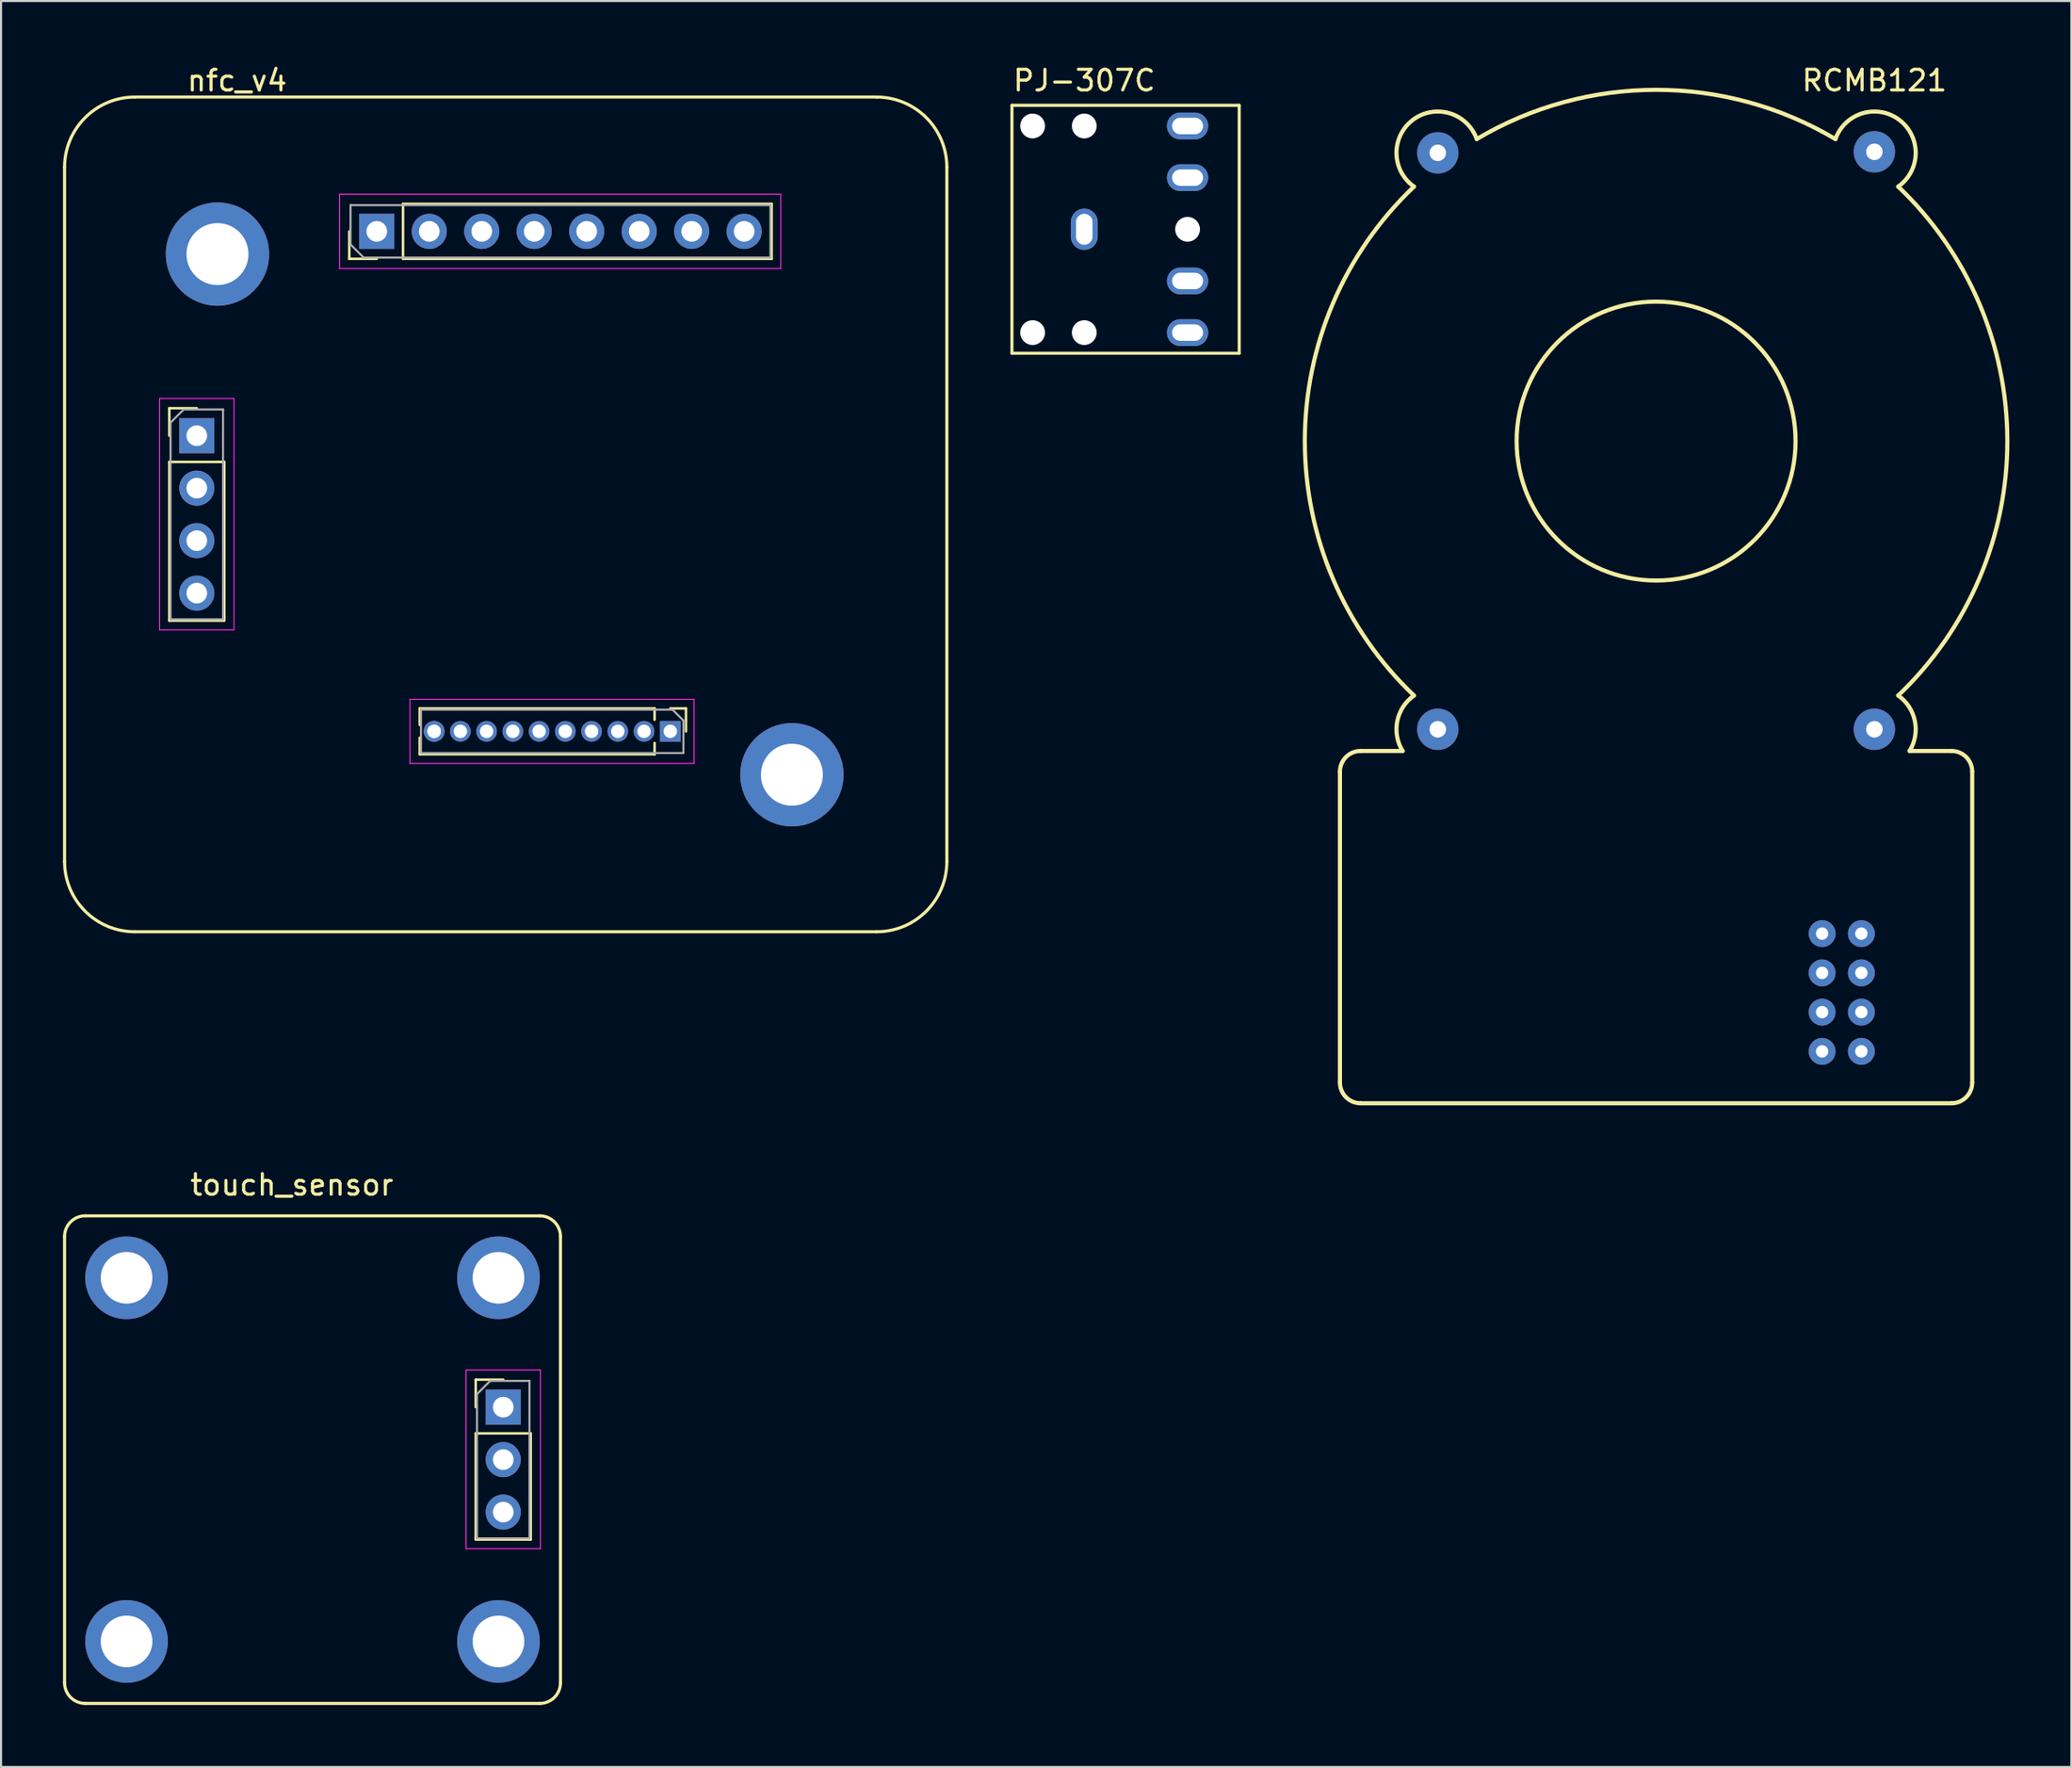
<source format=kicad_pcb>
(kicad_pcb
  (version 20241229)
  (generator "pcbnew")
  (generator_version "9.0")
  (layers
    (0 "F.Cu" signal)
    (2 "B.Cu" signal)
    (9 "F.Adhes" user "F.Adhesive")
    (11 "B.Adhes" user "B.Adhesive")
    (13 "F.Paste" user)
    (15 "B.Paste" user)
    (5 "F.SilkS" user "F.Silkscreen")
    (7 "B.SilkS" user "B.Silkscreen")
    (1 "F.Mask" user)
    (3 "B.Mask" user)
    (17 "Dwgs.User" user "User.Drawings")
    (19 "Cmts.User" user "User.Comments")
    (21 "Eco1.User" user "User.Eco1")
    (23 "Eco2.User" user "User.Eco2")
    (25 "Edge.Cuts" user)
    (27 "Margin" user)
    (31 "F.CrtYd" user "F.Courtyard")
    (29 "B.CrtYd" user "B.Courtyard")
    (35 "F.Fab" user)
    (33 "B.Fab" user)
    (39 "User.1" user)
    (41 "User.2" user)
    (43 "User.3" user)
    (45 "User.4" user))
  (footprint "RCMB121"
    (layer "F.Cu")
    (at 77.1 18.298)
    (property "Reference" "RCMB121" (at 10.565 -17.45 0) (layer "F.SilkS") (effects (font (size 1 1) (thickness 0.15))))
    (attr through_hole)
    (fp_line (start -15.3 16) (end -15.3 31.05) (stroke (width 0.2) (type solid)) (layer "F.SilkS"))
    (fp_line (start -14.3 15) (end -12.267 15) (stroke (width 0.2) (type solid)) (layer "F.SilkS"))
    (fp_line (start -14.3 32.05) (end 14.3 32.05) (stroke (width 0.2) (type solid)) (layer "F.SilkS"))
    (fp_line (start 12.267 15) (end 14.3 15) (stroke (width 0.2) (type solid)) (layer "F.SilkS"))
    (fp_line (start 15.3 16) (end 15.3 31.05) (stroke (width 0.2) (type solid)) (layer "F.SilkS"))
    (fp_arc (start -15.299999 16.000001) (mid -15.007106 15.292894) (end -14.3 15) (stroke (width 0.2) (type solid)) (layer "F.SilkS"))
    (fp_arc (start -14.299999 32.05) (mid -15.007106 31.757107) (end -15.299999 31.05) (stroke (width 0.2) (type solid)) (layer "F.SilkS"))
    (fp_arc (start -12.267205 15) (mid -12.524435 13.54923) (end -11.71823 12.315968) (stroke (width 0.2) (type solid)) (layer "F.SilkS"))
    (fp_arc (start -11.718231 -12.315968) (mid -11.772484 -15.54436) (end -8.679595 -14.617271) (stroke (width 0.2) (type solid)) (layer "F.SilkS"))
    (fp_arc (start -11.71823 12.315968) (mid -16.999999 0) (end -11.71823 -12.315968) (stroke (width 0.2) (type solid)) (layer "F.SilkS"))
    (fp_arc (start -8.679596 -14.61727) (mid -0.000001 -16.999999) (end 8.679595 -14.617271) (stroke (width 0.2) (type solid)) (layer "F.SilkS"))
    (fp_arc (start 8.679596 -14.617272) (mid 11.772485 -15.544359) (end 11.71823 -12.315968) (stroke (width 0.2) (type solid)) (layer "F.SilkS"))
    (fp_arc (start 11.718229 12.315969) (mid 12.524433 13.54923) (end 12.267204 14.999999) (stroke (width 0.2) (type solid)) (layer "F.SilkS"))
    (fp_arc (start 11.71823 -12.315968) (mid 16.999999 0) (end 11.71823 12.315968) (stroke (width 0.2) (type solid)) (layer "F.SilkS"))
    (fp_arc (start 14.3 15) (mid 15.007107 15.292893) (end 15.3 16) (stroke (width 0.2) (type solid)) (layer "F.SilkS"))
    (fp_arc (start 15.299999 31.05) (mid 15.007106 31.757106) (end 14.3 32.049999) (stroke (width 0.2) (type solid)) (layer "F.SilkS"))
    (fp_circle (center 0 0) (end 6.75 0) (stroke (width 0.2) (type solid)) (fill no) (layer "F.SilkS"))
    (pad "1" thru_hole circle (at 9.935 23.84) (size 1.3 1.3) (drill 0.6) (layers "*.Cu" "*.Mask"))
    (pad "2" thru_hole circle (at 8.035 23.84) (size 1.3 1.3) (drill 0.6) (layers "*.Cu" "*.Mask"))
    (pad "3" thru_hole circle (at 9.935 25.74) (size 1.3 1.3) (drill 0.6) (layers "*.Cu" "*.Mask"))
    (pad "4" thru_hole circle (at 8.035 25.74) (size 1.3 1.3) (drill 0.6) (layers "*.Cu" "*.Mask"))
    (pad "5" thru_hole circle (at 9.935 27.64) (size 1.3 1.3) (drill 0.6) (layers "*.Cu" "*.Mask"))
    (pad "6" thru_hole circle (at 8.035 27.64) (size 1.3 1.3) (drill 0.6) (layers "*.Cu" "*.Mask"))
    (pad "7" thru_hole circle (at 9.935 29.54) (size 1.3 1.3) (drill 0.6) (layers "*.Cu" "*.Mask"))
    (pad "8" thru_hole circle (at 8.035 29.54) (size 1.3 1.3) (drill 0.6) (layers "*.Cu" "*.Mask"))
    (pad "SH" thru_hole circle (at -10.565 -13.95) (size 2 2) (drill 0.8) (layers "*.Cu" "*.Mask"))
    (pad "SH" thru_hole circle (at -10.565 13.95) (size 2 2) (drill 0.8) (layers "*.Cu" "*.Mask"))
    (pad "SH" thru_hole circle (at 10.565 -14) (size 2 2) (drill 0.8) (layers "*.Cu" "*.Mask"))
    (pad "SH" thru_hole circle (at 10.565 13.95) (size 2 2) (drill 0.8) (layers "*.Cu" "*.Mask")))
  (footprint "touch_sensor"
    (layer "F.Cu")
    (at 11.325 67.597)
    (property "Reference" "touch_sensor" (at -0.25 -13.3 0) (layer "F.SilkS") (effects (font (size 1 1) (thickness 0.15))))
    (attr through_hole)
    (fp_line (start -11.25 -10.8) (end -11.25 10.8) (stroke (width 0.15) (type solid)) (layer "F.SilkS"))
    (fp_line (start -10.25 11.8) (end 11.75 11.8) (stroke (width 0.15) (type solid)) (layer "F.SilkS"))
    (fp_line (start 8.65 -3.87) (end 9.98 -3.87) (stroke (width 0.12) (type solid)) (layer "F.SilkS"))
    (fp_line (start 8.65 -2.54) (end 8.65 -3.87) (stroke (width 0.12) (type solid)) (layer "F.SilkS"))
    (fp_line (start 8.65 -1.27) (end 8.65 3.87) (stroke (width 0.12) (type solid)) (layer "F.SilkS"))
    (fp_line (start 8.65 -1.27) (end 11.31 -1.27) (stroke (width 0.12) (type solid)) (layer "F.SilkS"))
    (fp_line (start 8.65 3.87) (end 11.31 3.87) (stroke (width 0.12) (type solid)) (layer "F.SilkS"))
    (fp_line (start 11.31 -1.27) (end 11.31 3.87) (stroke (width 0.12) (type solid)) (layer "F.SilkS"))
    (fp_line (start 11.75 -11.8) (end -10.25 -11.8) (stroke (width 0.15) (type solid)) (layer "F.SilkS"))
    (fp_line (start 12.75 10.8) (end 12.75 -10.8) (stroke (width 0.15) (type solid)) (layer "F.SilkS"))
    (fp_arc (start -11.25 -10.8) (mid -10.957107 -11.507107) (end -10.25 -11.8) (stroke (width 0.15) (type solid)) (layer "F.SilkS"))
    (fp_arc (start -10.25 11.8) (mid -10.957107 11.507107) (end -11.25 10.8) (stroke (width 0.15) (type solid)) (layer "F.SilkS"))
    (fp_arc (start 11.75 -11.8) (mid 12.457107 -11.507107) (end 12.75 -10.8) (stroke (width 0.15) (type solid)) (layer "F.SilkS"))
    (fp_arc (start 12.75 10.8) (mid 12.457107 11.507107) (end 11.75 11.8) (stroke (width 0.15) (type solid)) (layer "F.SilkS"))
    (fp_line (start 8.18 -4.34) (end 8.18 4.31) (stroke (width 0.05) (type solid)) (layer "F.CrtYd"))
    (fp_line (start 8.18 4.31) (end 11.78 4.31) (stroke (width 0.05) (type solid)) (layer "F.CrtYd"))
    (fp_line (start 11.78 -4.34) (end 8.18 -4.34) (stroke (width 0.05) (type solid)) (layer "F.CrtYd"))
    (fp_line (start 11.78 4.31) (end 11.78 -4.34) (stroke (width 0.05) (type solid)) (layer "F.CrtYd"))
    (fp_line (start 8.71 -3.175) (end 9.345 -3.81) (stroke (width 0.1) (type solid)) (layer "F.Fab"))
    (fp_line (start 8.71 3.81) (end 8.71 -3.175) (stroke (width 0.1) (type solid)) (layer "F.Fab"))
    (fp_line (start 9.345 -3.81) (end 11.25 -3.81) (stroke (width 0.1) (type solid)) (layer "F.Fab"))
    (fp_line (start 11.25 -3.81) (end 11.25 3.81) (stroke (width 0.1) (type solid)) (layer "F.Fab"))
    (fp_line (start 11.25 3.81) (end 8.71 3.81) (stroke (width 0.1) (type solid)) (layer "F.Fab"))
    (pad "1" thru_hole rect (at 9.98 -2.54) (size 1.7 1.7) (drill 1) (layers "*.Cu" "*.Mask"))
    (pad "2" thru_hole oval (at 9.98 0) (size 1.7 1.7) (drill 1) (layers "*.Cu" "*.Mask"))
    (pad "3" thru_hole oval (at 9.98 2.54) (size 1.7 1.7) (drill 1) (layers "*.Cu" "*.Mask"))
    (pad "~" thru_hole circle (at -8.25 -8.8 270) (size 4 4) (drill 2.5) (layers "*.Cu" "*.Mask"))
    (pad "~" thru_hole circle (at -8.25 8.8 270) (size 4 4) (drill 2.5) (layers "*.Cu" "*.Mask"))
    (pad "~" thru_hole circle (at 9.75 -8.8 270) (size 4 4) (drill 2.5) (layers "*.Cu" "*.Mask"))
    (pad "~" thru_hole circle (at 9.75 8.8 270) (size 4 4) (drill 2.5) (layers "*.Cu" "*.Mask")))
  (footprint "PJ-307C"
    (layer "F.Cu")
    (at 49.425 8.048)
    (property "Reference" "PJ-307C" (at 0 -7.2 0) (layer "F.SilkS") (effects (font (size 1 1) (thickness 0.15))))
    (attr through_hole)
    (fp_line (start -3.5 -6) (end -3.5 6) (stroke (width 0.15) (type solid)) (layer "F.SilkS"))
    (fp_line (start -3.5 6) (end 7.5 6) (stroke (width 0.15) (type solid)) (layer "F.SilkS"))
    (fp_line (start 7.5 -6) (end -3.5 -6) (stroke (width 0.15) (type solid)) (layer "F.SilkS"))
    (fp_line (start 7.5 6) (end 7.5 -6) (stroke (width 0.15) (type solid)) (layer "F.SilkS"))
    (pad "" np_thru_hole circle (at -2.5 -5) (size 1.2 1.2) (drill 1.2) (layers "*.Cu" "*.Mask"))
    (pad "" np_thru_hole circle (at -2.5 5) (size 1.2 1.2) (drill 1.2) (layers "*.Cu" "*.Mask"))
    (pad "" np_thru_hole circle (at 0 -5) (size 1.2 1.2) (drill 1.2) (layers "*.Cu" "*.Mask"))
    (pad "" np_thru_hole circle (at 0 5) (size 1.2 1.2) (drill 1.2) (layers "*.Cu" "*.Mask"))
    (pad "" np_thru_hole circle (at 5 0) (size 1.2 1.2) (drill 1.2) (layers "*.Cu" "*.Mask"))
    (pad "R" thru_hole oval (at 5 -5 180) (size 2 1.3) (drill oval 1.5 0.8) (layers "*.Cu" "*.Mask"))
    (pad "RN" thru_hole oval (at 5 -2.5 180) (size 2 1.3) (drill oval 1.5 0.8) (layers "*.Cu" "*.Mask"))
    (pad "S" thru_hole oval (at 0 0 90) (size 2 1.3) (drill oval 1.5 0.8) (layers "*.Cu" "*.Mask"))
    (pad "T" thru_hole oval (at 5 5 180) (size 2 1.3) (drill oval 1.5 0.8) (layers "*.Cu" "*.Mask"))
    (pad "TN" thru_hole oval (at 5 2.5 180) (size 2 1.3) (drill oval 1.5 0.8) (layers "*.Cu" "*.Mask")))
  (footprint "nfc_v4"
    (layer "F.Cu")
    (at 21.425 21.848)
    (property "Reference" "nfc_v4" (at -13 -21 0) (layer "F.SilkS") (effects (font (size 1 1) (thickness 0.15))))
    (attr through_hole)
    (fp_line (start -21.35 -16.8) (end -21.35 16.8) (stroke (width 0.15) (type solid)) (layer "F.SilkS"))
    (fp_line (start -17.95 20.2) (end 17.95 20.2) (stroke (width 0.15) (type solid)) (layer "F.SilkS"))
    (fp_line (start -16.28 -5.14) (end -14.95 -5.14) (stroke (width 0.12) (type solid)) (layer "F.SilkS"))
    (fp_line (start -16.28 -3.81) (end -16.28 -5.14) (stroke (width 0.12) (type solid)) (layer "F.SilkS"))
    (fp_line (start -16.28 -2.54) (end -16.28 5.14) (stroke (width 0.12) (type solid)) (layer "F.SilkS"))
    (fp_line (start -16.28 -2.54) (end -13.62 -2.54) (stroke (width 0.12) (type solid)) (layer "F.SilkS"))
    (fp_line (start -16.28 5.14) (end -13.62 5.14) (stroke (width 0.12) (type solid)) (layer "F.SilkS"))
    (fp_line (start -13.62 -2.54) (end -13.62 5.14) (stroke (width 0.12) (type solid)) (layer "F.SilkS"))
    (fp_line (start -7.57 -12.37) (end -7.57 -13.7) (stroke (width 0.12) (type solid)) (layer "F.SilkS"))
    (fp_line (start -6.24 -12.37) (end -7.57 -12.37) (stroke (width 0.12) (type solid)) (layer "F.SilkS"))
    (fp_line (start -4.97 -15.03) (end 12.87 -15.03) (stroke (width 0.12) (type solid)) (layer "F.SilkS"))
    (fp_line (start -4.97 -12.37) (end -4.97 -15.03) (stroke (width 0.12) (type solid)) (layer "F.SilkS"))
    (fp_line (start -4.97 -12.37) (end 12.87 -12.37) (stroke (width 0.12) (type solid)) (layer "F.SilkS"))
    (fp_line (start -4.16 9.39) (end -4.16 10.192) (stroke (width 0.12) (type solid)) (layer "F.SilkS"))
    (fp_line (start -4.16 10.808) (end -4.16 11.61) (stroke (width 0.12) (type solid)) (layer "F.SilkS"))
    (fp_line (start 7.205 9.39) (end -4.16 9.39) (stroke (width 0.12) (type solid)) (layer "F.SilkS"))
    (fp_line (start 7.205 9.39) (end 7.205 9.937) (stroke (width 0.12) (type solid)) (layer "F.SilkS"))
    (fp_line (start 7.205 11.063) (end 7.205 11.61) (stroke (width 0.12) (type solid)) (layer "F.SilkS"))
    (fp_line (start 7.205 11.61) (end -4.16 11.61) (stroke (width 0.12) (type solid)) (layer "F.SilkS"))
    (fp_line (start 7.965 9.39) (end 8.725 9.39) (stroke (width 0.12) (type solid)) (layer "F.SilkS"))
    (fp_line (start 8.725 9.39) (end 8.725 10.5) (stroke (width 0.12) (type solid)) (layer "F.SilkS"))
    (fp_line (start 12.87 -12.37) (end 12.87 -15.03) (stroke (width 0.12) (type solid)) (layer "F.SilkS"))
    (fp_line (start 17.95 -20.2) (end -17.95 -20.2) (stroke (width 0.15) (type solid)) (layer "F.SilkS"))
    (fp_line (start 21.35 16.8) (end 21.35 -16.8) (stroke (width 0.15) (type solid)) (layer "F.SilkS"))
    (fp_arc (start -21.35 -16.8) (mid -20.354163 -19.204163) (end -17.95 -20.2) (stroke (width 0.15) (type solid)) (layer "F.SilkS"))
    (fp_arc (start -17.95 20.2) (mid -20.354163 19.204163) (end -21.35 16.8) (stroke (width 0.15) (type solid)) (layer "F.SilkS"))
    (fp_arc (start 17.95 -20.2) (mid 20.354163 -19.204163) (end 21.35 -16.8) (stroke (width 0.15) (type solid)) (layer "F.SilkS"))
    (fp_arc (start 21.35 16.8) (mid 20.354163 19.204163) (end 17.95 20.2) (stroke (width 0.15) (type solid)) (layer "F.SilkS"))
    (fp_line (start -16.75 -5.61) (end -16.75 5.59) (stroke (width 0.05) (type solid)) (layer "F.CrtYd"))
    (fp_line (start -16.75 5.59) (end -13.15 5.59) (stroke (width 0.05) (type solid)) (layer "F.CrtYd"))
    (fp_line (start -13.15 -5.61) (end -16.75 -5.61) (stroke (width 0.05) (type solid)) (layer "F.CrtYd"))
    (fp_line (start -13.15 5.59) (end -13.15 -5.61) (stroke (width 0.05) (type solid)) (layer "F.CrtYd"))
    (fp_line (start -8.04 -15.5) (end -8.04 -11.9) (stroke (width 0.05) (type solid)) (layer "F.CrtYd"))
    (fp_line (start -8.04 -11.9) (end 13.31 -11.9) (stroke (width 0.05) (type solid)) (layer "F.CrtYd"))
    (fp_line (start -4.635 8.95) (end -4.635 12.05) (stroke (width 0.05) (type solid)) (layer "F.CrtYd"))
    (fp_line (start -4.635 12.05) (end 9.115 12.05) (stroke (width 0.05) (type solid)) (layer "F.CrtYd"))
    (fp_line (start 9.115 8.95) (end -4.635 8.95) (stroke (width 0.05) (type solid)) (layer "F.CrtYd"))
    (fp_line (start 9.115 12.05) (end 9.115 8.95) (stroke (width 0.05) (type solid)) (layer "F.CrtYd"))
    (fp_line (start 13.31 -15.5) (end -8.04 -15.5) (stroke (width 0.05) (type solid)) (layer "F.CrtYd"))
    (fp_line (start 13.31 -11.9) (end 13.31 -15.5) (stroke (width 0.05) (type solid)) (layer "F.CrtYd"))
    (fp_line (start -16.22 -4.445) (end -15.585 -5.08) (stroke (width 0.1) (type solid)) (layer "F.Fab"))
    (fp_line (start -16.22 5.08) (end -16.22 -4.445) (stroke (width 0.1) (type solid)) (layer "F.Fab"))
    (fp_line (start -15.585 -5.08) (end -13.68 -5.08) (stroke (width 0.1) (type solid)) (layer "F.Fab"))
    (fp_line (start -13.68 -5.08) (end -13.68 5.08) (stroke (width 0.1) (type solid)) (layer "F.Fab"))
    (fp_line (start -13.68 5.08) (end -16.22 5.08) (stroke (width 0.1) (type solid)) (layer "F.Fab"))
    (fp_line (start -7.51 -14.97) (end 12.81 -14.97) (stroke (width 0.1) (type solid)) (layer "F.Fab"))
    (fp_line (start -7.51 -13.065) (end -7.51 -14.97) (stroke (width 0.1) (type solid)) (layer "F.Fab"))
    (fp_line (start -6.875 -12.43) (end -7.51 -13.065) (stroke (width 0.1) (type solid)) (layer "F.Fab"))
    (fp_line (start -4.1 9.45) (end 8.075 9.45) (stroke (width 0.1) (type solid)) (layer "F.Fab"))
    (fp_line (start -4.1 11.55) (end -4.1 9.45) (stroke (width 0.1) (type solid)) (layer "F.Fab"))
    (fp_line (start 8.075 9.45) (end 8.6 9.975) (stroke (width 0.1) (type solid)) (layer "F.Fab"))
    (fp_line (start 8.6 9.975) (end 8.6 11.55) (stroke (width 0.1) (type solid)) (layer "F.Fab"))
    (fp_line (start 8.6 11.55) (end -4.1 11.55) (stroke (width 0.1) (type solid)) (layer "F.Fab"))
    (fp_line (start 12.81 -14.97) (end 12.81 -12.43) (stroke (width 0.1) (type solid)) (layer "F.Fab"))
    (fp_line (start 12.81 -12.43) (end -6.875 -12.43) (stroke (width 0.1) (type solid)) (layer "F.Fab"))
    (pad "1" thru_hole rect (at -6.24 -13.7 90) (size 1.7 1.7) (drill 1) (layers "*.Cu" "*.Mask"))
    (pad "2" thru_hole oval (at -3.7 -13.7 90) (size 1.7 1.7) (drill 1) (layers "*.Cu" "*.Mask"))
    (pad "3" thru_hole oval (at -1.16 -13.7 90) (size 1.7 1.7) (drill 1) (layers "*.Cu" "*.Mask"))
    (pad "4" thru_hole oval (at 1.38 -13.7 90) (size 1.7 1.7) (drill 1) (layers "*.Cu" "*.Mask"))
    (pad "5" thru_hole oval (at 3.92 -13.7 90) (size 1.7 1.7) (drill 1) (layers "*.Cu" "*.Mask"))
    (pad "6" thru_hole oval (at 6.46 -13.7 90) (size 1.7 1.7) (drill 1) (layers "*.Cu" "*.Mask"))
    (pad "7" thru_hole oval (at 9 -13.7 90) (size 1.7 1.7) (drill 1) (layers "*.Cu" "*.Mask"))
    (pad "8" thru_hole oval (at 11.54 -13.7 90) (size 1.7 1.7) (drill 1) (layers "*.Cu" "*.Mask"))
    (pad "9" thru_hole rect (at -14.95 -3.81) (size 1.7 1.7) (drill 1) (layers "*.Cu" "*.Mask"))
    (pad "10" thru_hole oval (at -14.95 -1.27) (size 1.7 1.7) (drill 1) (layers "*.Cu" "*.Mask"))
    (pad "10" thru_hole oval (at -3.465 10.5 270) (size 1 1) (drill 0.65) (layers "*.Cu" "*.Mask"))
    (pad "11" thru_hole oval (at -14.95 1.27) (size 1.7 1.7) (drill 1) (layers "*.Cu" "*.Mask"))
    (pad "12" thru_hole oval (at -14.95 3.81) (size 1.7 1.7) (drill 1) (layers "*.Cu" "*.Mask"))
    (pad "13" thru_hole rect (at 7.965 10.5 270) (size 1 1) (drill 0.65) (layers "*.Cu" "*.Mask"))
    (pad "14" thru_hole oval (at 6.695 10.5 270) (size 1 1) (drill 0.65) (layers "*.Cu" "*.Mask"))
    (pad "15" thru_hole oval (at 5.425 10.5 270) (size 1 1) (drill 0.65) (layers "*.Cu" "*.Mask"))
    (pad "16" thru_hole oval (at 4.155 10.5 270) (size 1 1) (drill 0.65) (layers "*.Cu" "*.Mask"))
    (pad "17" thru_hole oval (at 2.885 10.5 270) (size 1 1) (drill 0.65) (layers "*.Cu" "*.Mask"))
    (pad "18" thru_hole oval (at 1.615 10.5 270) (size 1 1) (drill 0.65) (layers "*.Cu" "*.Mask"))
    (pad "19" thru_hole oval (at 0.345 10.5 270) (size 1 1) (drill 0.65) (layers "*.Cu" "*.Mask"))
    (pad "20" thru_hole oval (at -0.925 10.5 270) (size 1 1) (drill 0.65) (layers "*.Cu" "*.Mask"))
    (pad "21" thru_hole oval (at -2.195 10.5 270) (size 1 1) (drill 0.65) (layers "*.Cu" "*.Mask"))
    (pad "22" thru_hole oval (at -3.465 10.5 270) (size 1 1) (drill 0.65) (layers "*.Cu" "*.Mask"))
    (pad "~" thru_hole circle (at -13.95 -12.6) (size 5 5) (drill 3) (layers "*.Cu" "*.Mask"))
    (pad "~" thru_hole circle (at 13.85 12.6) (size 5 5) (drill 3) (layers "*.Cu" "*.Mask")))
  (gr_rect
    (start -3 -3)
    (end 97.2 82.472)
    (stroke (width 0.1) (type default))
    (fill no)
    (layer "Edge.Cuts")))
</source>
